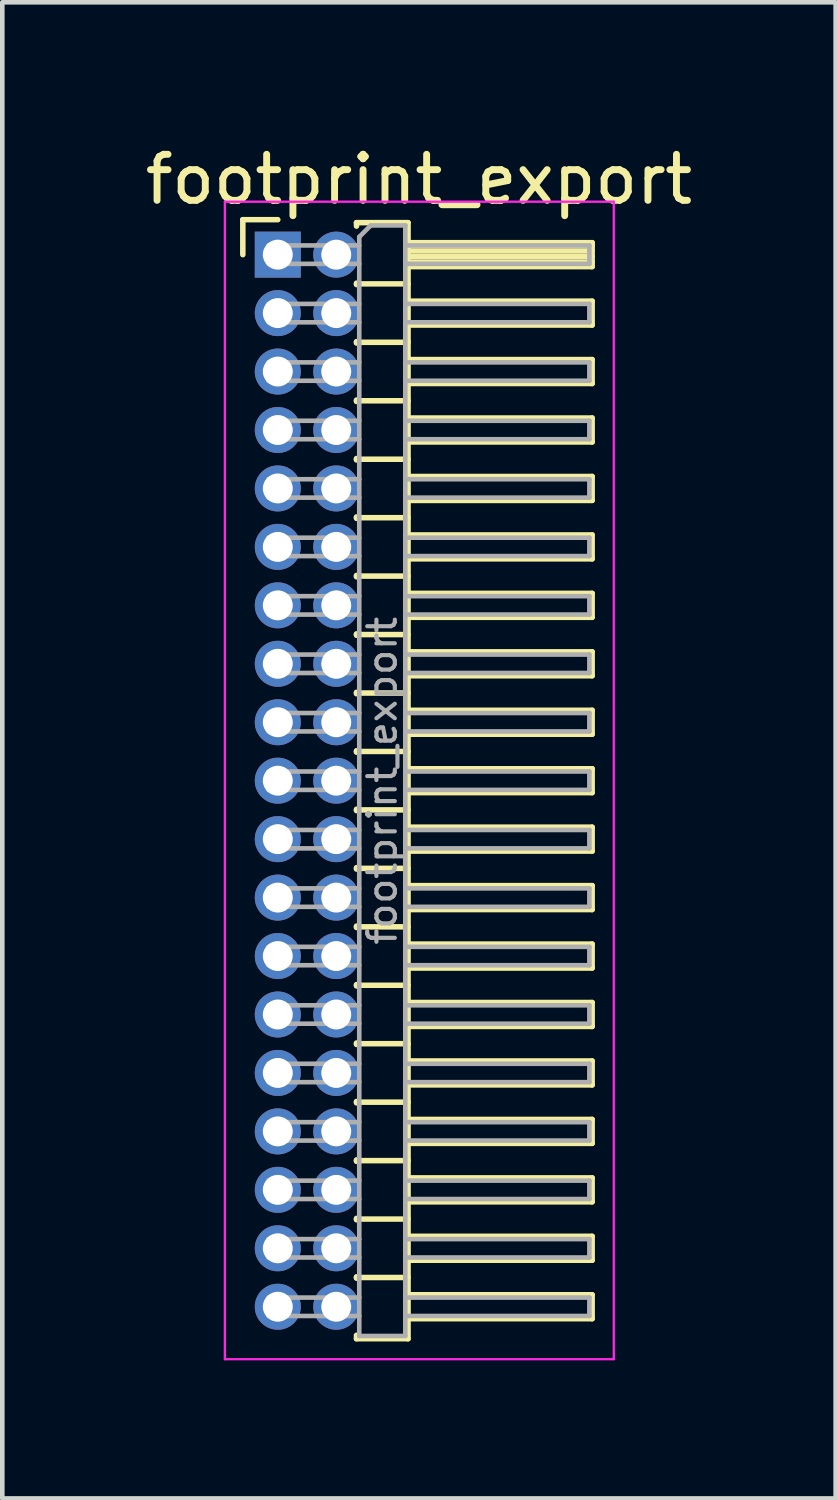
<source format=kicad_pcb>
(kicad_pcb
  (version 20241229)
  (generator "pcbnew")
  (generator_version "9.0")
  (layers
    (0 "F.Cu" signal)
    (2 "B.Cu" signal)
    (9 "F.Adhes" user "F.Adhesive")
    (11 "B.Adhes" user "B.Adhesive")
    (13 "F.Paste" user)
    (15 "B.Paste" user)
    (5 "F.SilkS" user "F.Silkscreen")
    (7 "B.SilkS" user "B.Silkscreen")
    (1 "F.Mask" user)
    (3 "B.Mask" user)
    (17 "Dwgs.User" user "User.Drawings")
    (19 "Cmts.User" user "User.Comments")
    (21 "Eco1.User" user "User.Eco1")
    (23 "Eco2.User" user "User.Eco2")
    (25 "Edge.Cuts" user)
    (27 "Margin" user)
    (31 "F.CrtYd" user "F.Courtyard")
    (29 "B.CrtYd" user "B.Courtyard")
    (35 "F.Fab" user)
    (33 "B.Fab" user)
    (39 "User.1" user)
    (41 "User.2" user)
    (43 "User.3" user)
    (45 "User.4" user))
  (footprint "footprint_export"
    (layer "F.Cu")
    (at 2.986 2.483)
    (property "Reference" "footprint_export" (at 3.067 -1.635 0) (layer "F.SilkS") (effects (font (size 1 1) (thickness 0.15))))
    (attr through_hole)
    (fp_line (start -0.76 -0.76) (end 0 -0.76) (stroke (width 0.12) (type solid)) (layer "F.SilkS"))
    (fp_line (start -0.76 0) (end -0.76 -0.76) (stroke (width 0.12) (type solid)) (layer "F.SilkS"))
    (fp_line (start 1.71 -0.695) (end 2.83 -0.695) (stroke (width 0.12) (type solid)) (layer "F.SilkS"))
    (fp_line (start 1.71 -0.62) (end 1.71 -0.695) (stroke (width 0.12) (type solid)) (layer "F.SilkS"))
    (fp_line (start 1.71 0.62) (end 1.71 0.65) (stroke (width 0.12) (type solid)) (layer "F.SilkS"))
    (fp_line (start 1.71 0.635) (end 2.83 0.635) (stroke (width 0.12) (type solid)) (layer "F.SilkS"))
    (fp_line (start 1.71 1.89) (end 1.71 1.92) (stroke (width 0.12) (type solid)) (layer "F.SilkS"))
    (fp_line (start 1.71 1.905) (end 2.83 1.905) (stroke (width 0.12) (type solid)) (layer "F.SilkS"))
    (fp_line (start 1.71 3.16) (end 1.71 3.19) (stroke (width 0.12) (type solid)) (layer "F.SilkS"))
    (fp_line (start 1.71 3.175) (end 2.83 3.175) (stroke (width 0.12) (type solid)) (layer "F.SilkS"))
    (fp_line (start 1.71 4.43) (end 1.71 4.46) (stroke (width 0.12) (type solid)) (layer "F.SilkS"))
    (fp_line (start 1.71 4.445) (end 2.83 4.445) (stroke (width 0.12) (type solid)) (layer "F.SilkS"))
    (fp_line (start 1.71 5.7) (end 1.71 5.73) (stroke (width 0.12) (type solid)) (layer "F.SilkS"))
    (fp_line (start 1.71 5.715) (end 2.83 5.715) (stroke (width 0.12) (type solid)) (layer "F.SilkS"))
    (fp_line (start 1.71 6.97) (end 1.71 7) (stroke (width 0.12) (type solid)) (layer "F.SilkS"))
    (fp_line (start 1.71 6.985) (end 2.83 6.985) (stroke (width 0.12) (type solid)) (layer "F.SilkS"))
    (fp_line (start 1.71 8.24) (end 1.71 8.27) (stroke (width 0.12) (type solid)) (layer "F.SilkS"))
    (fp_line (start 1.71 8.255) (end 2.83 8.255) (stroke (width 0.12) (type solid)) (layer "F.SilkS"))
    (fp_line (start 1.71 9.51) (end 1.71 9.54) (stroke (width 0.12) (type solid)) (layer "F.SilkS"))
    (fp_line (start 1.71 9.525) (end 2.83 9.525) (stroke (width 0.12) (type solid)) (layer "F.SilkS"))
    (fp_line (start 1.71 10.78) (end 1.71 10.81) (stroke (width 0.12) (type solid)) (layer "F.SilkS"))
    (fp_line (start 1.71 10.795) (end 2.83 10.795) (stroke (width 0.12) (type solid)) (layer "F.SilkS"))
    (fp_line (start 1.71 12.05) (end 1.71 12.08) (stroke (width 0.12) (type solid)) (layer "F.SilkS"))
    (fp_line (start 1.71 12.065) (end 2.83 12.065) (stroke (width 0.12) (type solid)) (layer "F.SilkS"))
    (fp_line (start 1.71 13.32) (end 1.71 13.35) (stroke (width 0.12) (type solid)) (layer "F.SilkS"))
    (fp_line (start 1.71 13.335) (end 2.83 13.335) (stroke (width 0.12) (type solid)) (layer "F.SilkS"))
    (fp_line (start 1.71 14.59) (end 1.71 14.62) (stroke (width 0.12) (type solid)) (layer "F.SilkS"))
    (fp_line (start 1.71 14.605) (end 2.83 14.605) (stroke (width 0.12) (type solid)) (layer "F.SilkS"))
    (fp_line (start 1.71 15.86) (end 1.71 15.89) (stroke (width 0.12) (type solid)) (layer "F.SilkS"))
    (fp_line (start 1.71 15.875) (end 2.83 15.875) (stroke (width 0.12) (type solid)) (layer "F.SilkS"))
    (fp_line (start 1.71 17.13) (end 1.71 17.16) (stroke (width 0.12) (type solid)) (layer "F.SilkS"))
    (fp_line (start 1.71 17.145) (end 2.83 17.145) (stroke (width 0.12) (type solid)) (layer "F.SilkS"))
    (fp_line (start 1.71 18.4) (end 1.71 18.43) (stroke (width 0.12) (type solid)) (layer "F.SilkS"))
    (fp_line (start 1.71 18.415) (end 2.83 18.415) (stroke (width 0.12) (type solid)) (layer "F.SilkS"))
    (fp_line (start 1.71 19.67) (end 1.71 19.7) (stroke (width 0.12) (type solid)) (layer "F.SilkS"))
    (fp_line (start 1.71 19.685) (end 2.83 19.685) (stroke (width 0.12) (type solid)) (layer "F.SilkS"))
    (fp_line (start 1.71 20.94) (end 1.71 20.97) (stroke (width 0.12) (type solid)) (layer "F.SilkS"))
    (fp_line (start 1.71 20.955) (end 2.83 20.955) (stroke (width 0.12) (type solid)) (layer "F.SilkS"))
    (fp_line (start 1.71 22.21) (end 1.71 22.24) (stroke (width 0.12) (type solid)) (layer "F.SilkS"))
    (fp_line (start 1.71 22.225) (end 2.83 22.225) (stroke (width 0.12) (type solid)) (layer "F.SilkS"))
    (fp_line (start 1.71 23.555) (end 1.71 23.48) (stroke (width 0.12) (type solid)) (layer "F.SilkS"))
    (fp_line (start 2.83 -0.695) (end 2.83 23.555) (stroke (width 0.12) (type solid)) (layer "F.SilkS"))
    (fp_line (start 2.83 -0.26) (end 6.83 -0.26) (stroke (width 0.12) (type solid)) (layer "F.SilkS"))
    (fp_line (start 2.83 -0.2) (end 6.83 -0.2) (stroke (width 0.12) (type solid)) (layer "F.SilkS"))
    (fp_line (start 2.83 -0.08) (end 6.83 -0.08) (stroke (width 0.12) (type solid)) (layer "F.SilkS"))
    (fp_line (start 2.83 0.04) (end 6.83 0.04) (stroke (width 0.12) (type solid)) (layer "F.SilkS"))
    (fp_line (start 2.83 0.16) (end 6.83 0.16) (stroke (width 0.12) (type solid)) (layer "F.SilkS"))
    (fp_line (start 2.83 1.01) (end 6.83 1.01) (stroke (width 0.12) (type solid)) (layer "F.SilkS"))
    (fp_line (start 2.83 2.28) (end 6.83 2.28) (stroke (width 0.12) (type solid)) (layer "F.SilkS"))
    (fp_line (start 2.83 3.55) (end 6.83 3.55) (stroke (width 0.12) (type solid)) (layer "F.SilkS"))
    (fp_line (start 2.83 4.82) (end 6.83 4.82) (stroke (width 0.12) (type solid)) (layer "F.SilkS"))
    (fp_line (start 2.83 6.09) (end 6.83 6.09) (stroke (width 0.12) (type solid)) (layer "F.SilkS"))
    (fp_line (start 2.83 7.36) (end 6.83 7.36) (stroke (width 0.12) (type solid)) (layer "F.SilkS"))
    (fp_line (start 2.83 8.63) (end 6.83 8.63) (stroke (width 0.12) (type solid)) (layer "F.SilkS"))
    (fp_line (start 2.83 9.9) (end 6.83 9.9) (stroke (width 0.12) (type solid)) (layer "F.SilkS"))
    (fp_line (start 2.83 11.17) (end 6.83 11.17) (stroke (width 0.12) (type solid)) (layer "F.SilkS"))
    (fp_line (start 2.83 12.44) (end 6.83 12.44) (stroke (width 0.12) (type solid)) (layer "F.SilkS"))
    (fp_line (start 2.83 13.71) (end 6.83 13.71) (stroke (width 0.12) (type solid)) (layer "F.SilkS"))
    (fp_line (start 2.83 14.98) (end 6.83 14.98) (stroke (width 0.12) (type solid)) (layer "F.SilkS"))
    (fp_line (start 2.83 16.25) (end 6.83 16.25) (stroke (width 0.12) (type solid)) (layer "F.SilkS"))
    (fp_line (start 2.83 17.52) (end 6.83 17.52) (stroke (width 0.12) (type solid)) (layer "F.SilkS"))
    (fp_line (start 2.83 18.79) (end 6.83 18.79) (stroke (width 0.12) (type solid)) (layer "F.SilkS"))
    (fp_line (start 2.83 20.06) (end 6.83 20.06) (stroke (width 0.12) (type solid)) (layer "F.SilkS"))
    (fp_line (start 2.83 21.33) (end 6.83 21.33) (stroke (width 0.12) (type solid)) (layer "F.SilkS"))
    (fp_line (start 2.83 22.6) (end 6.83 22.6) (stroke (width 0.12) (type solid)) (layer "F.SilkS"))
    (fp_line (start 2.83 23.555) (end 1.71 23.555) (stroke (width 0.12) (type solid)) (layer "F.SilkS"))
    (fp_line (start 6.83 -0.26) (end 6.83 0.26) (stroke (width 0.12) (type solid)) (layer "F.SilkS"))
    (fp_line (start 6.83 0.26) (end 2.83 0.26) (stroke (width 0.12) (type solid)) (layer "F.SilkS"))
    (fp_line (start 6.83 1.01) (end 6.83 1.53) (stroke (width 0.12) (type solid)) (layer "F.SilkS"))
    (fp_line (start 6.83 1.53) (end 2.83 1.53) (stroke (width 0.12) (type solid)) (layer "F.SilkS"))
    (fp_line (start 6.83 2.28) (end 6.83 2.8) (stroke (width 0.12) (type solid)) (layer "F.SilkS"))
    (fp_line (start 6.83 2.8) (end 2.83 2.8) (stroke (width 0.12) (type solid)) (layer "F.SilkS"))
    (fp_line (start 6.83 3.55) (end 6.83 4.07) (stroke (width 0.12) (type solid)) (layer "F.SilkS"))
    (fp_line (start 6.83 4.07) (end 2.83 4.07) (stroke (width 0.12) (type solid)) (layer "F.SilkS"))
    (fp_line (start 6.83 4.82) (end 6.83 5.34) (stroke (width 0.12) (type solid)) (layer "F.SilkS"))
    (fp_line (start 6.83 5.34) (end 2.83 5.34) (stroke (width 0.12) (type solid)) (layer "F.SilkS"))
    (fp_line (start 6.83 6.09) (end 6.83 6.61) (stroke (width 0.12) (type solid)) (layer "F.SilkS"))
    (fp_line (start 6.83 6.61) (end 2.83 6.61) (stroke (width 0.12) (type solid)) (layer "F.SilkS"))
    (fp_line (start 6.83 7.36) (end 6.83 7.88) (stroke (width 0.12) (type solid)) (layer "F.SilkS"))
    (fp_line (start 6.83 7.88) (end 2.83 7.88) (stroke (width 0.12) (type solid)) (layer "F.SilkS"))
    (fp_line (start 6.83 8.63) (end 6.83 9.15) (stroke (width 0.12) (type solid)) (layer "F.SilkS"))
    (fp_line (start 6.83 9.15) (end 2.83 9.15) (stroke (width 0.12) (type solid)) (layer "F.SilkS"))
    (fp_line (start 6.83 9.9) (end 6.83 10.42) (stroke (width 0.12) (type solid)) (layer "F.SilkS"))
    (fp_line (start 6.83 10.42) (end 2.83 10.42) (stroke (width 0.12) (type solid)) (layer "F.SilkS"))
    (fp_line (start 6.83 11.17) (end 6.83 11.69) (stroke (width 0.12) (type solid)) (layer "F.SilkS"))
    (fp_line (start 6.83 11.69) (end 2.83 11.69) (stroke (width 0.12) (type solid)) (layer "F.SilkS"))
    (fp_line (start 6.83 12.44) (end 6.83 12.96) (stroke (width 0.12) (type solid)) (layer "F.SilkS"))
    (fp_line (start 6.83 12.96) (end 2.83 12.96) (stroke (width 0.12) (type solid)) (layer "F.SilkS"))
    (fp_line (start 6.83 13.71) (end 6.83 14.23) (stroke (width 0.12) (type solid)) (layer "F.SilkS"))
    (fp_line (start 6.83 14.23) (end 2.83 14.23) (stroke (width 0.12) (type solid)) (layer "F.SilkS"))
    (fp_line (start 6.83 14.98) (end 6.83 15.5) (stroke (width 0.12) (type solid)) (layer "F.SilkS"))
    (fp_line (start 6.83 15.5) (end 2.83 15.5) (stroke (width 0.12) (type solid)) (layer "F.SilkS"))
    (fp_line (start 6.83 16.25) (end 6.83 16.77) (stroke (width 0.12) (type solid)) (layer "F.SilkS"))
    (fp_line (start 6.83 16.77) (end 2.83 16.77) (stroke (width 0.12) (type solid)) (layer "F.SilkS"))
    (fp_line (start 6.83 17.52) (end 6.83 18.04) (stroke (width 0.12) (type solid)) (layer "F.SilkS"))
    (fp_line (start 6.83 18.04) (end 2.83 18.04) (stroke (width 0.12) (type solid)) (layer "F.SilkS"))
    (fp_line (start 6.83 18.79) (end 6.83 19.31) (stroke (width 0.12) (type solid)) (layer "F.SilkS"))
    (fp_line (start 6.83 19.31) (end 2.83 19.31) (stroke (width 0.12) (type solid)) (layer "F.SilkS"))
    (fp_line (start 6.83 20.06) (end 6.83 20.58) (stroke (width 0.12) (type solid)) (layer "F.SilkS"))
    (fp_line (start 6.83 20.58) (end 2.83 20.58) (stroke (width 0.12) (type solid)) (layer "F.SilkS"))
    (fp_line (start 6.83 21.33) (end 6.83 21.85) (stroke (width 0.12) (type solid)) (layer "F.SilkS"))
    (fp_line (start 6.83 21.85) (end 2.83 21.85) (stroke (width 0.12) (type solid)) (layer "F.SilkS"))
    (fp_line (start 6.83 22.6) (end 6.83 23.12) (stroke (width 0.12) (type solid)) (layer "F.SilkS"))
    (fp_line (start 6.83 23.12) (end 2.83 23.12) (stroke (width 0.12) (type solid)) (layer "F.SilkS"))
    (fp_line (start -1.15 -1.15) (end -1.15 24) (stroke (width 0.05) (type solid)) (layer "F.CrtYd"))
    (fp_line (start -1.15 24) (end 7.3 24) (stroke (width 0.05) (type solid)) (layer "F.CrtYd"))
    (fp_line (start 7.3 -1.15) (end -1.15 -1.15) (stroke (width 0.05) (type solid)) (layer "F.CrtYd"))
    (fp_line (start 7.3 24) (end 7.3 -1.15) (stroke (width 0.05) (type solid)) (layer "F.CrtYd"))
    (fp_line (start -0.2 -0.2) (end -0.2 0.2) (stroke (width 0.1) (type solid)) (layer "F.Fab"))
    (fp_line (start -0.2 -0.2) (end 1.77 -0.2) (stroke (width 0.1) (type solid)) (layer "F.Fab"))
    (fp_line (start -0.2 0.2) (end 1.77 0.2) (stroke (width 0.1) (type solid)) (layer "F.Fab"))
    (fp_line (start -0.2 1.07) (end -0.2 1.47) (stroke (width 0.1) (type solid)) (layer "F.Fab"))
    (fp_line (start -0.2 1.07) (end 1.77 1.07) (stroke (width 0.1) (type solid)) (layer "F.Fab"))
    (fp_line (start -0.2 1.47) (end 1.77 1.47) (stroke (width 0.1) (type solid)) (layer "F.Fab"))
    (fp_line (start -0.2 2.34) (end -0.2 2.74) (stroke (width 0.1) (type solid)) (layer "F.Fab"))
    (fp_line (start -0.2 2.34) (end 1.77 2.34) (stroke (width 0.1) (type solid)) (layer "F.Fab"))
    (fp_line (start -0.2 2.74) (end 1.77 2.74) (stroke (width 0.1) (type solid)) (layer "F.Fab"))
    (fp_line (start -0.2 3.61) (end -0.2 4.01) (stroke (width 0.1) (type solid)) (layer "F.Fab"))
    (fp_line (start -0.2 3.61) (end 1.77 3.61) (stroke (width 0.1) (type solid)) (layer "F.Fab"))
    (fp_line (start -0.2 4.01) (end 1.77 4.01) (stroke (width 0.1) (type solid)) (layer "F.Fab"))
    (fp_line (start -0.2 4.88) (end -0.2 5.28) (stroke (width 0.1) (type solid)) (layer "F.Fab"))
    (fp_line (start -0.2 4.88) (end 1.77 4.88) (stroke (width 0.1) (type solid)) (layer "F.Fab"))
    (fp_line (start -0.2 5.28) (end 1.77 5.28) (stroke (width 0.1) (type solid)) (layer "F.Fab"))
    (fp_line (start -0.2 6.15) (end -0.2 6.55) (stroke (width 0.1) (type solid)) (layer "F.Fab"))
    (fp_line (start -0.2 6.15) (end 1.77 6.15) (stroke (width 0.1) (type solid)) (layer "F.Fab"))
    (fp_line (start -0.2 6.55) (end 1.77 6.55) (stroke (width 0.1) (type solid)) (layer "F.Fab"))
    (fp_line (start -0.2 7.42) (end -0.2 7.82) (stroke (width 0.1) (type solid)) (layer "F.Fab"))
    (fp_line (start -0.2 7.42) (end 1.77 7.42) (stroke (width 0.1) (type solid)) (layer "F.Fab"))
    (fp_line (start -0.2 7.82) (end 1.77 7.82) (stroke (width 0.1) (type solid)) (layer "F.Fab"))
    (fp_line (start -0.2 8.69) (end -0.2 9.09) (stroke (width 0.1) (type solid)) (layer "F.Fab"))
    (fp_line (start -0.2 8.69) (end 1.77 8.69) (stroke (width 0.1) (type solid)) (layer "F.Fab"))
    (fp_line (start -0.2 9.09) (end 1.77 9.09) (stroke (width 0.1) (type solid)) (layer "F.Fab"))
    (fp_line (start -0.2 9.96) (end -0.2 10.36) (stroke (width 0.1) (type solid)) (layer "F.Fab"))
    (fp_line (start -0.2 9.96) (end 1.77 9.96) (stroke (width 0.1) (type solid)) (layer "F.Fab"))
    (fp_line (start -0.2 10.36) (end 1.77 10.36) (stroke (width 0.1) (type solid)) (layer "F.Fab"))
    (fp_line (start -0.2 11.23) (end -0.2 11.63) (stroke (width 0.1) (type solid)) (layer "F.Fab"))
    (fp_line (start -0.2 11.23) (end 1.77 11.23) (stroke (width 0.1) (type solid)) (layer "F.Fab"))
    (fp_line (start -0.2 11.63) (end 1.77 11.63) (stroke (width 0.1) (type solid)) (layer "F.Fab"))
    (fp_line (start -0.2 12.5) (end -0.2 12.9) (stroke (width 0.1) (type solid)) (layer "F.Fab"))
    (fp_line (start -0.2 12.5) (end 1.77 12.5) (stroke (width 0.1) (type solid)) (layer "F.Fab"))
    (fp_line (start -0.2 12.9) (end 1.77 12.9) (stroke (width 0.1) (type solid)) (layer "F.Fab"))
    (fp_line (start -0.2 13.77) (end -0.2 14.17) (stroke (width 0.1) (type solid)) (layer "F.Fab"))
    (fp_line (start -0.2 13.77) (end 1.77 13.77) (stroke (width 0.1) (type solid)) (layer "F.Fab"))
    (fp_line (start -0.2 14.17) (end 1.77 14.17) (stroke (width 0.1) (type solid)) (layer "F.Fab"))
    (fp_line (start -0.2 15.04) (end -0.2 15.44) (stroke (width 0.1) (type solid)) (layer "F.Fab"))
    (fp_line (start -0.2 15.04) (end 1.77 15.04) (stroke (width 0.1) (type solid)) (layer "F.Fab"))
    (fp_line (start -0.2 15.44) (end 1.77 15.44) (stroke (width 0.1) (type solid)) (layer "F.Fab"))
    (fp_line (start -0.2 16.31) (end -0.2 16.71) (stroke (width 0.1) (type solid)) (layer "F.Fab"))
    (fp_line (start -0.2 16.31) (end 1.77 16.31) (stroke (width 0.1) (type solid)) (layer "F.Fab"))
    (fp_line (start -0.2 16.71) (end 1.77 16.71) (stroke (width 0.1) (type solid)) (layer "F.Fab"))
    (fp_line (start -0.2 17.58) (end -0.2 17.98) (stroke (width 0.1) (type solid)) (layer "F.Fab"))
    (fp_line (start -0.2 17.58) (end 1.77 17.58) (stroke (width 0.1) (type solid)) (layer "F.Fab"))
    (fp_line (start -0.2 17.98) (end 1.77 17.98) (stroke (width 0.1) (type solid)) (layer "F.Fab"))
    (fp_line (start -0.2 18.85) (end -0.2 19.25) (stroke (width 0.1) (type solid)) (layer "F.Fab"))
    (fp_line (start -0.2 18.85) (end 1.77 18.85) (stroke (width 0.1) (type solid)) (layer "F.Fab"))
    (fp_line (start -0.2 19.25) (end 1.77 19.25) (stroke (width 0.1) (type solid)) (layer "F.Fab"))
    (fp_line (start -0.2 20.12) (end -0.2 20.52) (stroke (width 0.1) (type solid)) (layer "F.Fab"))
    (fp_line (start -0.2 20.12) (end 1.77 20.12) (stroke (width 0.1) (type solid)) (layer "F.Fab"))
    (fp_line (start -0.2 20.52) (end 1.77 20.52) (stroke (width 0.1) (type solid)) (layer "F.Fab"))
    (fp_line (start -0.2 21.39) (end -0.2 21.79) (stroke (width 0.1) (type solid)) (layer "F.Fab"))
    (fp_line (start -0.2 21.39) (end 1.77 21.39) (stroke (width 0.1) (type solid)) (layer "F.Fab"))
    (fp_line (start -0.2 21.79) (end 1.77 21.79) (stroke (width 0.1) (type solid)) (layer "F.Fab"))
    (fp_line (start -0.2 22.66) (end -0.2 23.06) (stroke (width 0.1) (type solid)) (layer "F.Fab"))
    (fp_line (start -0.2 22.66) (end 1.77 22.66) (stroke (width 0.1) (type solid)) (layer "F.Fab"))
    (fp_line (start -0.2 23.06) (end 1.77 23.06) (stroke (width 0.1) (type solid)) (layer "F.Fab"))
    (fp_line (start 1.77 -0.385) (end 2.02 -0.635) (stroke (width 0.1) (type solid)) (layer "F.Fab"))
    (fp_line (start 1.77 23.495) (end 1.77 -0.385) (stroke (width 0.1) (type solid)) (layer "F.Fab"))
    (fp_line (start 2.02 -0.635) (end 2.77 -0.635) (stroke (width 0.1) (type solid)) (layer "F.Fab"))
    (fp_line (start 2.77 -0.635) (end 2.77 23.495) (stroke (width 0.1) (type solid)) (layer "F.Fab"))
    (fp_line (start 2.77 -0.2) (end 6.77 -0.2) (stroke (width 0.1) (type solid)) (layer "F.Fab"))
    (fp_line (start 2.77 0.2) (end 6.77 0.2) (stroke (width 0.1) (type solid)) (layer "F.Fab"))
    (fp_line (start 2.77 1.07) (end 6.77 1.07) (stroke (width 0.1) (type solid)) (layer "F.Fab"))
    (fp_line (start 2.77 1.47) (end 6.77 1.47) (stroke (width 0.1) (type solid)) (layer "F.Fab"))
    (fp_line (start 2.77 2.34) (end 6.77 2.34) (stroke (width 0.1) (type solid)) (layer "F.Fab"))
    (fp_line (start 2.77 2.74) (end 6.77 2.74) (stroke (width 0.1) (type solid)) (layer "F.Fab"))
    (fp_line (start 2.77 3.61) (end 6.77 3.61) (stroke (width 0.1) (type solid)) (layer "F.Fab"))
    (fp_line (start 2.77 4.01) (end 6.77 4.01) (stroke (width 0.1) (type solid)) (layer "F.Fab"))
    (fp_line (start 2.77 4.88) (end 6.77 4.88) (stroke (width 0.1) (type solid)) (layer "F.Fab"))
    (fp_line (start 2.77 5.28) (end 6.77 5.28) (stroke (width 0.1) (type solid)) (layer "F.Fab"))
    (fp_line (start 2.77 6.15) (end 6.77 6.15) (stroke (width 0.1) (type solid)) (layer "F.Fab"))
    (fp_line (start 2.77 6.55) (end 6.77 6.55) (stroke (width 0.1) (type solid)) (layer "F.Fab"))
    (fp_line (start 2.77 7.42) (end 6.77 7.42) (stroke (width 0.1) (type solid)) (layer "F.Fab"))
    (fp_line (start 2.77 7.82) (end 6.77 7.82) (stroke (width 0.1) (type solid)) (layer "F.Fab"))
    (fp_line (start 2.77 8.69) (end 6.77 8.69) (stroke (width 0.1) (type solid)) (layer "F.Fab"))
    (fp_line (start 2.77 9.09) (end 6.77 9.09) (stroke (width 0.1) (type solid)) (layer "F.Fab"))
    (fp_line (start 2.77 9.96) (end 6.77 9.96) (stroke (width 0.1) (type solid)) (layer "F.Fab"))
    (fp_line (start 2.77 10.36) (end 6.77 10.36) (stroke (width 0.1) (type solid)) (layer "F.Fab"))
    (fp_line (start 2.77 11.23) (end 6.77 11.23) (stroke (width 0.1) (type solid)) (layer "F.Fab"))
    (fp_line (start 2.77 11.63) (end 6.77 11.63) (stroke (width 0.1) (type solid)) (layer "F.Fab"))
    (fp_line (start 2.77 12.5) (end 6.77 12.5) (stroke (width 0.1) (type solid)) (layer "F.Fab"))
    (fp_line (start 2.77 12.9) (end 6.77 12.9) (stroke (width 0.1) (type solid)) (layer "F.Fab"))
    (fp_line (start 2.77 13.77) (end 6.77 13.77) (stroke (width 0.1) (type solid)) (layer "F.Fab"))
    (fp_line (start 2.77 14.17) (end 6.77 14.17) (stroke (width 0.1) (type solid)) (layer "F.Fab"))
    (fp_line (start 2.77 15.04) (end 6.77 15.04) (stroke (width 0.1) (type solid)) (layer "F.Fab"))
    (fp_line (start 2.77 15.44) (end 6.77 15.44) (stroke (width 0.1) (type solid)) (layer "F.Fab"))
    (fp_line (start 2.77 16.31) (end 6.77 16.31) (stroke (width 0.1) (type solid)) (layer "F.Fab"))
    (fp_line (start 2.77 16.71) (end 6.77 16.71) (stroke (width 0.1) (type solid)) (layer "F.Fab"))
    (fp_line (start 2.77 17.58) (end 6.77 17.58) (stroke (width 0.1) (type solid)) (layer "F.Fab"))
    (fp_line (start 2.77 17.98) (end 6.77 17.98) (stroke (width 0.1) (type solid)) (layer "F.Fab"))
    (fp_line (start 2.77 18.85) (end 6.77 18.85) (stroke (width 0.1) (type solid)) (layer "F.Fab"))
    (fp_line (start 2.77 19.25) (end 6.77 19.25) (stroke (width 0.1) (type solid)) (layer "F.Fab"))
    (fp_line (start 2.77 20.12) (end 6.77 20.12) (stroke (width 0.1) (type solid)) (layer "F.Fab"))
    (fp_line (start 2.77 20.52) (end 6.77 20.52) (stroke (width 0.1) (type solid)) (layer "F.Fab"))
    (fp_line (start 2.77 21.39) (end 6.77 21.39) (stroke (width 0.1) (type solid)) (layer "F.Fab"))
    (fp_line (start 2.77 21.79) (end 6.77 21.79) (stroke (width 0.1) (type solid)) (layer "F.Fab"))
    (fp_line (start 2.77 22.66) (end 6.77 22.66) (stroke (width 0.1) (type solid)) (layer "F.Fab"))
    (fp_line (start 2.77 23.06) (end 6.77 23.06) (stroke (width 0.1) (type solid)) (layer "F.Fab"))
    (fp_line (start 2.77 23.495) (end 1.77 23.495) (stroke (width 0.1) (type solid)) (layer "F.Fab"))
    (fp_line (start 6.77 -0.2) (end 6.77 0.2) (stroke (width 0.1) (type solid)) (layer "F.Fab"))
    (fp_line (start 6.77 1.07) (end 6.77 1.47) (stroke (width 0.1) (type solid)) (layer "F.Fab"))
    (fp_line (start 6.77 2.34) (end 6.77 2.74) (stroke (width 0.1) (type solid)) (layer "F.Fab"))
    (fp_line (start 6.77 3.61) (end 6.77 4.01) (stroke (width 0.1) (type solid)) (layer "F.Fab"))
    (fp_line (start 6.77 4.88) (end 6.77 5.28) (stroke (width 0.1) (type solid)) (layer "F.Fab"))
    (fp_line (start 6.77 6.15) (end 6.77 6.55) (stroke (width 0.1) (type solid)) (layer "F.Fab"))
    (fp_line (start 6.77 7.42) (end 6.77 7.82) (stroke (width 0.1) (type solid)) (layer "F.Fab"))
    (fp_line (start 6.77 8.69) (end 6.77 9.09) (stroke (width 0.1) (type solid)) (layer "F.Fab"))
    (fp_line (start 6.77 9.96) (end 6.77 10.36) (stroke (width 0.1) (type solid)) (layer "F.Fab"))
    (fp_line (start 6.77 11.23) (end 6.77 11.63) (stroke (width 0.1) (type solid)) (layer "F.Fab"))
    (fp_line (start 6.77 12.5) (end 6.77 12.9) (stroke (width 0.1) (type solid)) (layer "F.Fab"))
    (fp_line (start 6.77 13.77) (end 6.77 14.17) (stroke (width 0.1) (type solid)) (layer "F.Fab"))
    (fp_line (start 6.77 15.04) (end 6.77 15.44) (stroke (width 0.1) (type solid)) (layer "F.Fab"))
    (fp_line (start 6.77 16.31) (end 6.77 16.71) (stroke (width 0.1) (type solid)) (layer "F.Fab"))
    (fp_line (start 6.77 17.58) (end 6.77 17.98) (stroke (width 0.1) (type solid)) (layer "F.Fab"))
    (fp_line (start 6.77 18.85) (end 6.77 19.25) (stroke (width 0.1) (type solid)) (layer "F.Fab"))
    (fp_line (start 6.77 20.12) (end 6.77 20.52) (stroke (width 0.1) (type solid)) (layer "F.Fab"))
    (fp_line (start 6.77 21.39) (end 6.77 21.79) (stroke (width 0.1) (type solid)) (layer "F.Fab"))
    (fp_line (start 6.77 22.66) (end 6.77 23.06) (stroke (width 0.1) (type solid)) (layer "F.Fab"))
    (fp_text user "${REFERENCE}" (at 2.27 11.43 90) (layer "F.Fab") (effects (font (size 0.6 0.6) (thickness 0.09))))
    (pad "1" thru_hole rect (at 0 0) (size 1 1) (drill 0.65) (layers "*.Cu" "*.Mask"))
    (pad "2" thru_hole oval (at 1.27 0) (size 1 1) (drill 0.65) (layers "*.Cu" "*.Mask"))
    (pad "3" thru_hole oval (at 0 1.27) (size 1 1) (drill 0.65) (layers "*.Cu" "*.Mask"))
    (pad "4" thru_hole oval (at 1.27 1.27) (size 1 1) (drill 0.65) (layers "*.Cu" "*.Mask"))
    (pad "5" thru_hole oval (at 0 2.54) (size 1 1) (drill 0.65) (layers "*.Cu" "*.Mask"))
    (pad "6" thru_hole oval (at 1.27 2.54) (size 1 1) (drill 0.65) (layers "*.Cu" "*.Mask"))
    (pad "7" thru_hole oval (at 0 3.81) (size 1 1) (drill 0.65) (layers "*.Cu" "*.Mask"))
    (pad "8" thru_hole oval (at 1.27 3.81) (size 1 1) (drill 0.65) (layers "*.Cu" "*.Mask"))
    (pad "9" thru_hole oval (at 0 5.08) (size 1 1) (drill 0.65) (layers "*.Cu" "*.Mask"))
    (pad "10" thru_hole oval (at 1.27 5.08) (size 1 1) (drill 0.65) (layers "*.Cu" "*.Mask"))
    (pad "11" thru_hole oval (at 0 6.35) (size 1 1) (drill 0.65) (layers "*.Cu" "*.Mask"))
    (pad "12" thru_hole oval (at 1.27 6.35) (size 1 1) (drill 0.65) (layers "*.Cu" "*.Mask"))
    (pad "13" thru_hole oval (at 0 7.62) (size 1 1) (drill 0.65) (layers "*.Cu" "*.Mask"))
    (pad "14" thru_hole oval (at 1.27 7.62) (size 1 1) (drill 0.65) (layers "*.Cu" "*.Mask"))
    (pad "15" thru_hole oval (at 0 8.89) (size 1 1) (drill 0.65) (layers "*.Cu" "*.Mask"))
    (pad "16" thru_hole oval (at 1.27 8.89) (size 1 1) (drill 0.65) (layers "*.Cu" "*.Mask"))
    (pad "17" thru_hole oval (at 0 10.16) (size 1 1) (drill 0.65) (layers "*.Cu" "*.Mask"))
    (pad "18" thru_hole oval (at 1.27 10.16) (size 1 1) (drill 0.65) (layers "*.Cu" "*.Mask"))
    (pad "19" thru_hole oval (at 0 11.43) (size 1 1) (drill 0.65) (layers "*.Cu" "*.Mask"))
    (pad "20" thru_hole oval (at 1.27 11.43) (size 1 1) (drill 0.65) (layers "*.Cu" "*.Mask"))
    (pad "21" thru_hole oval (at 0 12.7) (size 1 1) (drill 0.65) (layers "*.Cu" "*.Mask"))
    (pad "22" thru_hole oval (at 1.27 12.7) (size 1 1) (drill 0.65) (layers "*.Cu" "*.Mask"))
    (pad "23" thru_hole oval (at 0 13.97) (size 1 1) (drill 0.65) (layers "*.Cu" "*.Mask"))
    (pad "24" thru_hole oval (at 1.27 13.97) (size 1 1) (drill 0.65) (layers "*.Cu" "*.Mask"))
    (pad "25" thru_hole oval (at 0 15.24) (size 1 1) (drill 0.65) (layers "*.Cu" "*.Mask"))
    (pad "26" thru_hole oval (at 1.27 15.24) (size 1 1) (drill 0.65) (layers "*.Cu" "*.Mask"))
    (pad "27" thru_hole oval (at 0 16.51) (size 1 1) (drill 0.65) (layers "*.Cu" "*.Mask"))
    (pad "28" thru_hole oval (at 1.27 16.51) (size 1 1) (drill 0.65) (layers "*.Cu" "*.Mask"))
    (pad "29" thru_hole oval (at 0 17.78) (size 1 1) (drill 0.65) (layers "*.Cu" "*.Mask"))
    (pad "30" thru_hole oval (at 1.27 17.78) (size 1 1) (drill 0.65) (layers "*.Cu" "*.Mask"))
    (pad "31" thru_hole oval (at 0 19.05) (size 1 1) (drill 0.65) (layers "*.Cu" "*.Mask"))
    (pad "32" thru_hole oval (at 1.27 19.05) (size 1 1) (drill 0.65) (layers "*.Cu" "*.Mask"))
    (pad "33" thru_hole oval (at 0 20.32) (size 1 1) (drill 0.65) (layers "*.Cu" "*.Mask"))
    (pad "34" thru_hole oval (at 1.27 20.32) (size 1 1) (drill 0.65) (layers "*.Cu" "*.Mask"))
    (pad "35" thru_hole oval (at 0 21.59) (size 1 1) (drill 0.65) (layers "*.Cu" "*.Mask"))
    (pad "36" thru_hole oval (at 1.27 21.59) (size 1 1) (drill 0.65) (layers "*.Cu" "*.Mask"))
    (pad "37" thru_hole oval (at 0 22.86) (size 1 1) (drill 0.65) (layers "*.Cu" "*.Mask"))
    (pad "38" thru_hole oval (at 1.27 22.86) (size 1 1) (drill 0.65) (layers "*.Cu" "*.Mask")))
  (gr_rect
    (start -3 -3)
    (end 15.107 29.508)
    (stroke (width 0.1) (type default))
    (fill no)
    (layer "Edge.Cuts")))
</source>
